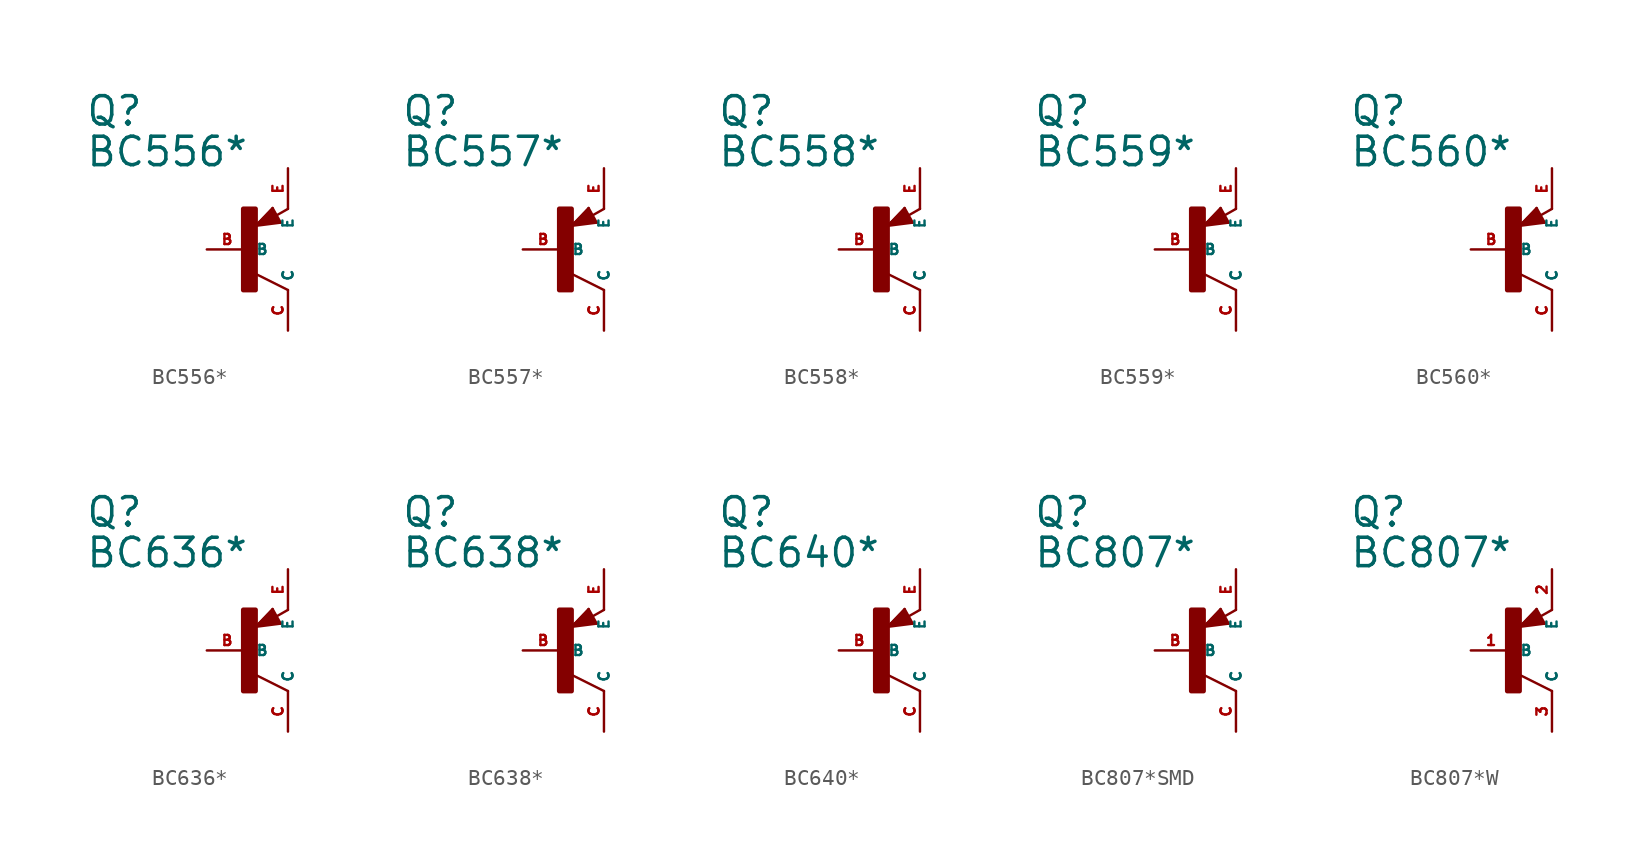
<source format=kicad_sym>
(kicad_symbol_lib
  (version 20220914)
  (generator Eagle2Kicad)
  (symbol "BC556*"
    (property "Reference" "Q"
      (at -10.16 7.62 0)
      (effects (font (size 1.778 1.778) (thickness 0.22)) (justify left bottom)))
    (property "Value" "BC556*"
      (at -10.16 5.08 0)
      (effects (font (size 1.778 1.778) (thickness 0.22)) (justify left bottom)))
    (polyline
      (pts (xy 2.086 1.678) (xy 1.578 2.594))
      (stroke (width 0.152) (type default))
      (fill (type none)))
    (polyline
      (pts (xy 1.578 2.594) (xy 0.516 1.478))
      (stroke (width 0.152) (type default))
      (fill (type none)))
    (polyline
      (pts (xy 0.516 1.478) (xy 2.086 1.678))
      (stroke (width 0.152) (type default))
      (fill (type none)))
    (polyline
      (pts (xy 2.54 2.54) (xy 1.808 2.124))
      (stroke (width 0.152) (type default))
      (fill (type none)))
    (polyline
      (pts (xy 2.54 -2.54) (xy 0.508 -1.524))
      (stroke (width 0.152) (type default))
      (fill (type none)))
    (polyline
      (pts (xy 1.905 1.778) (xy 1.524 2.413))
      (stroke (width 0.254) (type default))
      (fill (type none)))
    (polyline
      (pts (xy 1.524 2.413) (xy 0.762 1.651))
      (stroke (width 0.254) (type default))
      (fill (type none)))
    (polyline
      (pts (xy 0.762 1.651) (xy 1.778 1.778))
      (stroke (width 0.254) (type default))
      (fill (type none)))
    (polyline
      (pts (xy 1.778 1.778) (xy 1.524 2.159))
      (stroke (width 0.254) (type default))
      (fill (type none)))
    (polyline
      (pts (xy 1.524 2.159) (xy 1.143 1.905))
      (stroke (width 0.254) (type default))
      (fill (type none)))
    (polyline
      (pts (xy 1.143 1.905) (xy 1.524 1.905))
      (stroke (width 0.254) (type default))
      (fill (type none)))
    (rectangle
      (start -0.254 -2.54)
      (end 0.508 2.54)
      (stroke (width 0.3) (type default))
      (fill (type outline)))
    (pin passive line
      (at -2.54 0 0)
      (length 2.54)
      (name "B" (effects (font (size 0.635 0.635) (thickness 0.08)) (justify left bottom)))
      (number "B" (effects (font (size 0.635 0.635) (thickness 0.08)) (justify left bottom))))
    (pin passive line
      (at 2.54 5.08 270)
      (length 2.54)
      (name "E" (effects (font (size 0.635 0.635) (thickness 0.08)) (justify left bottom)))
      (number "E" (effects (font (size 0.635 0.635) (thickness 0.08)) (justify left bottom))))
    (pin passive line
      (at 2.54 -5.08 90)
      (length 2.54)
      (name "C" (effects (font (size 0.635 0.635) (thickness 0.08)) (justify left bottom)))
      (number "C" (effects (font (size 0.635 0.635) (thickness 0.08)) (justify left bottom)))))
  (symbol "BC557*"
    (property "Reference" "Q"
      (at -10.16 7.62 0)
      (effects (font (size 1.778 1.778) (thickness 0.22)) (justify left bottom)))
    (property "Value" "BC557*"
      (at -10.16 5.08 0)
      (effects (font (size 1.778 1.778) (thickness 0.22)) (justify left bottom)))
    (polyline
      (pts (xy 2.086 1.678) (xy 1.578 2.594))
      (stroke (width 0.152) (type default))
      (fill (type none)))
    (polyline
      (pts (xy 1.578 2.594) (xy 0.516 1.478))
      (stroke (width 0.152) (type default))
      (fill (type none)))
    (polyline
      (pts (xy 0.516 1.478) (xy 2.086 1.678))
      (stroke (width 0.152) (type default))
      (fill (type none)))
    (polyline
      (pts (xy 2.54 2.54) (xy 1.808 2.124))
      (stroke (width 0.152) (type default))
      (fill (type none)))
    (polyline
      (pts (xy 2.54 -2.54) (xy 0.508 -1.524))
      (stroke (width 0.152) (type default))
      (fill (type none)))
    (polyline
      (pts (xy 1.905 1.778) (xy 1.524 2.413))
      (stroke (width 0.254) (type default))
      (fill (type none)))
    (polyline
      (pts (xy 1.524 2.413) (xy 0.762 1.651))
      (stroke (width 0.254) (type default))
      (fill (type none)))
    (polyline
      (pts (xy 0.762 1.651) (xy 1.778 1.778))
      (stroke (width 0.254) (type default))
      (fill (type none)))
    (polyline
      (pts (xy 1.778 1.778) (xy 1.524 2.159))
      (stroke (width 0.254) (type default))
      (fill (type none)))
    (polyline
      (pts (xy 1.524 2.159) (xy 1.143 1.905))
      (stroke (width 0.254) (type default))
      (fill (type none)))
    (polyline
      (pts (xy 1.143 1.905) (xy 1.524 1.905))
      (stroke (width 0.254) (type default))
      (fill (type none)))
    (rectangle
      (start -0.254 -2.54)
      (end 0.508 2.54)
      (stroke (width 0.3) (type default))
      (fill (type outline)))
    (pin passive line
      (at -2.54 0 0)
      (length 2.54)
      (name "B" (effects (font (size 0.635 0.635) (thickness 0.08)) (justify left bottom)))
      (number "B" (effects (font (size 0.635 0.635) (thickness 0.08)) (justify left bottom))))
    (pin passive line
      (at 2.54 5.08 270)
      (length 2.54)
      (name "E" (effects (font (size 0.635 0.635) (thickness 0.08)) (justify left bottom)))
      (number "E" (effects (font (size 0.635 0.635) (thickness 0.08)) (justify left bottom))))
    (pin passive line
      (at 2.54 -5.08 90)
      (length 2.54)
      (name "C" (effects (font (size 0.635 0.635) (thickness 0.08)) (justify left bottom)))
      (number "C" (effects (font (size 0.635 0.635) (thickness 0.08)) (justify left bottom)))))
  (symbol "BC558*"
    (property "Reference" "Q"
      (at -10.16 7.62 0)
      (effects (font (size 1.778 1.778) (thickness 0.22)) (justify left bottom)))
    (property "Value" "BC558*"
      (at -10.16 5.08 0)
      (effects (font (size 1.778 1.778) (thickness 0.22)) (justify left bottom)))
    (polyline
      (pts (xy 2.086 1.678) (xy 1.578 2.594))
      (stroke (width 0.152) (type default))
      (fill (type none)))
    (polyline
      (pts (xy 1.578 2.594) (xy 0.516 1.478))
      (stroke (width 0.152) (type default))
      (fill (type none)))
    (polyline
      (pts (xy 0.516 1.478) (xy 2.086 1.678))
      (stroke (width 0.152) (type default))
      (fill (type none)))
    (polyline
      (pts (xy 2.54 2.54) (xy 1.808 2.124))
      (stroke (width 0.152) (type default))
      (fill (type none)))
    (polyline
      (pts (xy 2.54 -2.54) (xy 0.508 -1.524))
      (stroke (width 0.152) (type default))
      (fill (type none)))
    (polyline
      (pts (xy 1.905 1.778) (xy 1.524 2.413))
      (stroke (width 0.254) (type default))
      (fill (type none)))
    (polyline
      (pts (xy 1.524 2.413) (xy 0.762 1.651))
      (stroke (width 0.254) (type default))
      (fill (type none)))
    (polyline
      (pts (xy 0.762 1.651) (xy 1.778 1.778))
      (stroke (width 0.254) (type default))
      (fill (type none)))
    (polyline
      (pts (xy 1.778 1.778) (xy 1.524 2.159))
      (stroke (width 0.254) (type default))
      (fill (type none)))
    (polyline
      (pts (xy 1.524 2.159) (xy 1.143 1.905))
      (stroke (width 0.254) (type default))
      (fill (type none)))
    (polyline
      (pts (xy 1.143 1.905) (xy 1.524 1.905))
      (stroke (width 0.254) (type default))
      (fill (type none)))
    (rectangle
      (start -0.254 -2.54)
      (end 0.508 2.54)
      (stroke (width 0.3) (type default))
      (fill (type outline)))
    (pin passive line
      (at -2.54 0 0)
      (length 2.54)
      (name "B" (effects (font (size 0.635 0.635) (thickness 0.08)) (justify left bottom)))
      (number "B" (effects (font (size 0.635 0.635) (thickness 0.08)) (justify left bottom))))
    (pin passive line
      (at 2.54 5.08 270)
      (length 2.54)
      (name "E" (effects (font (size 0.635 0.635) (thickness 0.08)) (justify left bottom)))
      (number "E" (effects (font (size 0.635 0.635) (thickness 0.08)) (justify left bottom))))
    (pin passive line
      (at 2.54 -5.08 90)
      (length 2.54)
      (name "C" (effects (font (size 0.635 0.635) (thickness 0.08)) (justify left bottom)))
      (number "C" (effects (font (size 0.635 0.635) (thickness 0.08)) (justify left bottom)))))
  (symbol "BC559*"
    (property "Reference" "Q"
      (at -10.16 7.62 0)
      (effects (font (size 1.778 1.778) (thickness 0.22)) (justify left bottom)))
    (property "Value" "BC559*"
      (at -10.16 5.08 0)
      (effects (font (size 1.778 1.778) (thickness 0.22)) (justify left bottom)))
    (polyline
      (pts (xy 2.086 1.678) (xy 1.578 2.594))
      (stroke (width 0.152) (type default))
      (fill (type none)))
    (polyline
      (pts (xy 1.578 2.594) (xy 0.516 1.478))
      (stroke (width 0.152) (type default))
      (fill (type none)))
    (polyline
      (pts (xy 0.516 1.478) (xy 2.086 1.678))
      (stroke (width 0.152) (type default))
      (fill (type none)))
    (polyline
      (pts (xy 2.54 2.54) (xy 1.808 2.124))
      (stroke (width 0.152) (type default))
      (fill (type none)))
    (polyline
      (pts (xy 2.54 -2.54) (xy 0.508 -1.524))
      (stroke (width 0.152) (type default))
      (fill (type none)))
    (polyline
      (pts (xy 1.905 1.778) (xy 1.524 2.413))
      (stroke (width 0.254) (type default))
      (fill (type none)))
    (polyline
      (pts (xy 1.524 2.413) (xy 0.762 1.651))
      (stroke (width 0.254) (type default))
      (fill (type none)))
    (polyline
      (pts (xy 0.762 1.651) (xy 1.778 1.778))
      (stroke (width 0.254) (type default))
      (fill (type none)))
    (polyline
      (pts (xy 1.778 1.778) (xy 1.524 2.159))
      (stroke (width 0.254) (type default))
      (fill (type none)))
    (polyline
      (pts (xy 1.524 2.159) (xy 1.143 1.905))
      (stroke (width 0.254) (type default))
      (fill (type none)))
    (polyline
      (pts (xy 1.143 1.905) (xy 1.524 1.905))
      (stroke (width 0.254) (type default))
      (fill (type none)))
    (rectangle
      (start -0.254 -2.54)
      (end 0.508 2.54)
      (stroke (width 0.3) (type default))
      (fill (type outline)))
    (pin passive line
      (at -2.54 0 0)
      (length 2.54)
      (name "B" (effects (font (size 0.635 0.635) (thickness 0.08)) (justify left bottom)))
      (number "B" (effects (font (size 0.635 0.635) (thickness 0.08)) (justify left bottom))))
    (pin passive line
      (at 2.54 5.08 270)
      (length 2.54)
      (name "E" (effects (font (size 0.635 0.635) (thickness 0.08)) (justify left bottom)))
      (number "E" (effects (font (size 0.635 0.635) (thickness 0.08)) (justify left bottom))))
    (pin passive line
      (at 2.54 -5.08 90)
      (length 2.54)
      (name "C" (effects (font (size 0.635 0.635) (thickness 0.08)) (justify left bottom)))
      (number "C" (effects (font (size 0.635 0.635) (thickness 0.08)) (justify left bottom)))))
  (symbol "BC560*"
    (property "Reference" "Q"
      (at -10.16 7.62 0)
      (effects (font (size 1.778 1.778) (thickness 0.22)) (justify left bottom)))
    (property "Value" "BC560*"
      (at -10.16 5.08 0)
      (effects (font (size 1.778 1.778) (thickness 0.22)) (justify left bottom)))
    (polyline
      (pts (xy 2.086 1.678) (xy 1.578 2.594))
      (stroke (width 0.152) (type default))
      (fill (type none)))
    (polyline
      (pts (xy 1.578 2.594) (xy 0.516 1.478))
      (stroke (width 0.152) (type default))
      (fill (type none)))
    (polyline
      (pts (xy 0.516 1.478) (xy 2.086 1.678))
      (stroke (width 0.152) (type default))
      (fill (type none)))
    (polyline
      (pts (xy 2.54 2.54) (xy 1.808 2.124))
      (stroke (width 0.152) (type default))
      (fill (type none)))
    (polyline
      (pts (xy 2.54 -2.54) (xy 0.508 -1.524))
      (stroke (width 0.152) (type default))
      (fill (type none)))
    (polyline
      (pts (xy 1.905 1.778) (xy 1.524 2.413))
      (stroke (width 0.254) (type default))
      (fill (type none)))
    (polyline
      (pts (xy 1.524 2.413) (xy 0.762 1.651))
      (stroke (width 0.254) (type default))
      (fill (type none)))
    (polyline
      (pts (xy 0.762 1.651) (xy 1.778 1.778))
      (stroke (width 0.254) (type default))
      (fill (type none)))
    (polyline
      (pts (xy 1.778 1.778) (xy 1.524 2.159))
      (stroke (width 0.254) (type default))
      (fill (type none)))
    (polyline
      (pts (xy 1.524 2.159) (xy 1.143 1.905))
      (stroke (width 0.254) (type default))
      (fill (type none)))
    (polyline
      (pts (xy 1.143 1.905) (xy 1.524 1.905))
      (stroke (width 0.254) (type default))
      (fill (type none)))
    (rectangle
      (start -0.254 -2.54)
      (end 0.508 2.54)
      (stroke (width 0.3) (type default))
      (fill (type outline)))
    (pin passive line
      (at -2.54 0 0)
      (length 2.54)
      (name "B" (effects (font (size 0.635 0.635) (thickness 0.08)) (justify left bottom)))
      (number "B" (effects (font (size 0.635 0.635) (thickness 0.08)) (justify left bottom))))
    (pin passive line
      (at 2.54 5.08 270)
      (length 2.54)
      (name "E" (effects (font (size 0.635 0.635) (thickness 0.08)) (justify left bottom)))
      (number "E" (effects (font (size 0.635 0.635) (thickness 0.08)) (justify left bottom))))
    (pin passive line
      (at 2.54 -5.08 90)
      (length 2.54)
      (name "C" (effects (font (size 0.635 0.635) (thickness 0.08)) (justify left bottom)))
      (number "C" (effects (font (size 0.635 0.635) (thickness 0.08)) (justify left bottom)))))
  (symbol "BC636*"
    (property "Reference" "Q"
      (at -10.16 7.62 0)
      (effects (font (size 1.778 1.778) (thickness 0.22)) (justify left bottom)))
    (property "Value" "BC636*"
      (at -10.16 5.08 0)
      (effects (font (size 1.778 1.778) (thickness 0.22)) (justify left bottom)))
    (polyline
      (pts (xy 2.086 1.678) (xy 1.578 2.594))
      (stroke (width 0.152) (type default))
      (fill (type none)))
    (polyline
      (pts (xy 1.578 2.594) (xy 0.516 1.478))
      (stroke (width 0.152) (type default))
      (fill (type none)))
    (polyline
      (pts (xy 0.516 1.478) (xy 2.086 1.678))
      (stroke (width 0.152) (type default))
      (fill (type none)))
    (polyline
      (pts (xy 2.54 2.54) (xy 1.808 2.124))
      (stroke (width 0.152) (type default))
      (fill (type none)))
    (polyline
      (pts (xy 2.54 -2.54) (xy 0.508 -1.524))
      (stroke (width 0.152) (type default))
      (fill (type none)))
    (polyline
      (pts (xy 1.905 1.778) (xy 1.524 2.413))
      (stroke (width 0.254) (type default))
      (fill (type none)))
    (polyline
      (pts (xy 1.524 2.413) (xy 0.762 1.651))
      (stroke (width 0.254) (type default))
      (fill (type none)))
    (polyline
      (pts (xy 0.762 1.651) (xy 1.778 1.778))
      (stroke (width 0.254) (type default))
      (fill (type none)))
    (polyline
      (pts (xy 1.778 1.778) (xy 1.524 2.159))
      (stroke (width 0.254) (type default))
      (fill (type none)))
    (polyline
      (pts (xy 1.524 2.159) (xy 1.143 1.905))
      (stroke (width 0.254) (type default))
      (fill (type none)))
    (polyline
      (pts (xy 1.143 1.905) (xy 1.524 1.905))
      (stroke (width 0.254) (type default))
      (fill (type none)))
    (rectangle
      (start -0.254 -2.54)
      (end 0.508 2.54)
      (stroke (width 0.3) (type default))
      (fill (type outline)))
    (pin passive line
      (at -2.54 0 0)
      (length 2.54)
      (name "B" (effects (font (size 0.635 0.635) (thickness 0.08)) (justify left bottom)))
      (number "B" (effects (font (size 0.635 0.635) (thickness 0.08)) (justify left bottom))))
    (pin passive line
      (at 2.54 5.08 270)
      (length 2.54)
      (name "E" (effects (font (size 0.635 0.635) (thickness 0.08)) (justify left bottom)))
      (number "E" (effects (font (size 0.635 0.635) (thickness 0.08)) (justify left bottom))))
    (pin passive line
      (at 2.54 -5.08 90)
      (length 2.54)
      (name "C" (effects (font (size 0.635 0.635) (thickness 0.08)) (justify left bottom)))
      (number "C" (effects (font (size 0.635 0.635) (thickness 0.08)) (justify left bottom)))))
  (symbol "BC638*"
    (property "Reference" "Q"
      (at -10.16 7.62 0)
      (effects (font (size 1.778 1.778) (thickness 0.22)) (justify left bottom)))
    (property "Value" "BC638*"
      (at -10.16 5.08 0)
      (effects (font (size 1.778 1.778) (thickness 0.22)) (justify left bottom)))
    (polyline
      (pts (xy 2.086 1.678) (xy 1.578 2.594))
      (stroke (width 0.152) (type default))
      (fill (type none)))
    (polyline
      (pts (xy 1.578 2.594) (xy 0.516 1.478))
      (stroke (width 0.152) (type default))
      (fill (type none)))
    (polyline
      (pts (xy 0.516 1.478) (xy 2.086 1.678))
      (stroke (width 0.152) (type default))
      (fill (type none)))
    (polyline
      (pts (xy 2.54 2.54) (xy 1.808 2.124))
      (stroke (width 0.152) (type default))
      (fill (type none)))
    (polyline
      (pts (xy 2.54 -2.54) (xy 0.508 -1.524))
      (stroke (width 0.152) (type default))
      (fill (type none)))
    (polyline
      (pts (xy 1.905 1.778) (xy 1.524 2.413))
      (stroke (width 0.254) (type default))
      (fill (type none)))
    (polyline
      (pts (xy 1.524 2.413) (xy 0.762 1.651))
      (stroke (width 0.254) (type default))
      (fill (type none)))
    (polyline
      (pts (xy 0.762 1.651) (xy 1.778 1.778))
      (stroke (width 0.254) (type default))
      (fill (type none)))
    (polyline
      (pts (xy 1.778 1.778) (xy 1.524 2.159))
      (stroke (width 0.254) (type default))
      (fill (type none)))
    (polyline
      (pts (xy 1.524 2.159) (xy 1.143 1.905))
      (stroke (width 0.254) (type default))
      (fill (type none)))
    (polyline
      (pts (xy 1.143 1.905) (xy 1.524 1.905))
      (stroke (width 0.254) (type default))
      (fill (type none)))
    (rectangle
      (start -0.254 -2.54)
      (end 0.508 2.54)
      (stroke (width 0.3) (type default))
      (fill (type outline)))
    (pin passive line
      (at -2.54 0 0)
      (length 2.54)
      (name "B" (effects (font (size 0.635 0.635) (thickness 0.08)) (justify left bottom)))
      (number "B" (effects (font (size 0.635 0.635) (thickness 0.08)) (justify left bottom))))
    (pin passive line
      (at 2.54 5.08 270)
      (length 2.54)
      (name "E" (effects (font (size 0.635 0.635) (thickness 0.08)) (justify left bottom)))
      (number "E" (effects (font (size 0.635 0.635) (thickness 0.08)) (justify left bottom))))
    (pin passive line
      (at 2.54 -5.08 90)
      (length 2.54)
      (name "C" (effects (font (size 0.635 0.635) (thickness 0.08)) (justify left bottom)))
      (number "C" (effects (font (size 0.635 0.635) (thickness 0.08)) (justify left bottom)))))
  (symbol "BC640*"
    (property "Reference" "Q"
      (at -10.16 7.62 0)
      (effects (font (size 1.778 1.778) (thickness 0.22)) (justify left bottom)))
    (property "Value" "BC640*"
      (at -10.16 5.08 0)
      (effects (font (size 1.778 1.778) (thickness 0.22)) (justify left bottom)))
    (polyline
      (pts (xy 2.086 1.678) (xy 1.578 2.594))
      (stroke (width 0.152) (type default))
      (fill (type none)))
    (polyline
      (pts (xy 1.578 2.594) (xy 0.516 1.478))
      (stroke (width 0.152) (type default))
      (fill (type none)))
    (polyline
      (pts (xy 0.516 1.478) (xy 2.086 1.678))
      (stroke (width 0.152) (type default))
      (fill (type none)))
    (polyline
      (pts (xy 2.54 2.54) (xy 1.808 2.124))
      (stroke (width 0.152) (type default))
      (fill (type none)))
    (polyline
      (pts (xy 2.54 -2.54) (xy 0.508 -1.524))
      (stroke (width 0.152) (type default))
      (fill (type none)))
    (polyline
      (pts (xy 1.905 1.778) (xy 1.524 2.413))
      (stroke (width 0.254) (type default))
      (fill (type none)))
    (polyline
      (pts (xy 1.524 2.413) (xy 0.762 1.651))
      (stroke (width 0.254) (type default))
      (fill (type none)))
    (polyline
      (pts (xy 0.762 1.651) (xy 1.778 1.778))
      (stroke (width 0.254) (type default))
      (fill (type none)))
    (polyline
      (pts (xy 1.778 1.778) (xy 1.524 2.159))
      (stroke (width 0.254) (type default))
      (fill (type none)))
    (polyline
      (pts (xy 1.524 2.159) (xy 1.143 1.905))
      (stroke (width 0.254) (type default))
      (fill (type none)))
    (polyline
      (pts (xy 1.143 1.905) (xy 1.524 1.905))
      (stroke (width 0.254) (type default))
      (fill (type none)))
    (rectangle
      (start -0.254 -2.54)
      (end 0.508 2.54)
      (stroke (width 0.3) (type default))
      (fill (type outline)))
    (pin passive line
      (at -2.54 0 0)
      (length 2.54)
      (name "B" (effects (font (size 0.635 0.635) (thickness 0.08)) (justify left bottom)))
      (number "B" (effects (font (size 0.635 0.635) (thickness 0.08)) (justify left bottom))))
    (pin passive line
      (at 2.54 5.08 270)
      (length 2.54)
      (name "E" (effects (font (size 0.635 0.635) (thickness 0.08)) (justify left bottom)))
      (number "E" (effects (font (size 0.635 0.635) (thickness 0.08)) (justify left bottom))))
    (pin passive line
      (at 2.54 -5.08 90)
      (length 2.54)
      (name "C" (effects (font (size 0.635 0.635) (thickness 0.08)) (justify left bottom)))
      (number "C" (effects (font (size 0.635 0.635) (thickness 0.08)) (justify left bottom)))))
  (symbol "BC807*SMD"
    (property "Reference" "Q"
      (at -10.16 7.62 0)
      (effects (font (size 1.778 1.778) (thickness 0.22)) (justify left bottom)))
    (property "Value" "BC807*"
      (at -10.16 5.08 0)
      (effects (font (size 1.778 1.778) (thickness 0.22)) (justify left bottom)))
    (polyline
      (pts (xy 2.086 1.678) (xy 1.578 2.594))
      (stroke (width 0.152) (type default))
      (fill (type none)))
    (polyline
      (pts (xy 1.578 2.594) (xy 0.516 1.478))
      (stroke (width 0.152) (type default))
      (fill (type none)))
    (polyline
      (pts (xy 0.516 1.478) (xy 2.086 1.678))
      (stroke (width 0.152) (type default))
      (fill (type none)))
    (polyline
      (pts (xy 2.54 2.54) (xy 1.808 2.124))
      (stroke (width 0.152) (type default))
      (fill (type none)))
    (polyline
      (pts (xy 2.54 -2.54) (xy 0.508 -1.524))
      (stroke (width 0.152) (type default))
      (fill (type none)))
    (polyline
      (pts (xy 1.905 1.778) (xy 1.524 2.413))
      (stroke (width 0.254) (type default))
      (fill (type none)))
    (polyline
      (pts (xy 1.524 2.413) (xy 0.762 1.651))
      (stroke (width 0.254) (type default))
      (fill (type none)))
    (polyline
      (pts (xy 0.762 1.651) (xy 1.778 1.778))
      (stroke (width 0.254) (type default))
      (fill (type none)))
    (polyline
      (pts (xy 1.778 1.778) (xy 1.524 2.159))
      (stroke (width 0.254) (type default))
      (fill (type none)))
    (polyline
      (pts (xy 1.524 2.159) (xy 1.143 1.905))
      (stroke (width 0.254) (type default))
      (fill (type none)))
    (polyline
      (pts (xy 1.143 1.905) (xy 1.524 1.905))
      (stroke (width 0.254) (type default))
      (fill (type none)))
    (rectangle
      (start -0.254 -2.54)
      (end 0.508 2.54)
      (stroke (width 0.3) (type default))
      (fill (type outline)))
    (pin passive line
      (at -2.54 0 0)
      (length 2.54)
      (name "B" (effects (font (size 0.635 0.635) (thickness 0.08)) (justify left bottom)))
      (number "B" (effects (font (size 0.635 0.635) (thickness 0.08)) (justify left bottom))))
    (pin passive line
      (at 2.54 5.08 270)
      (length 2.54)
      (name "E" (effects (font (size 0.635 0.635) (thickness 0.08)) (justify left bottom)))
      (number "E" (effects (font (size 0.635 0.635) (thickness 0.08)) (justify left bottom))))
    (pin passive line
      (at 2.54 -5.08 90)
      (length 2.54)
      (name "C" (effects (font (size 0.635 0.635) (thickness 0.08)) (justify left bottom)))
      (number "C" (effects (font (size 0.635 0.635) (thickness 0.08)) (justify left bottom)))))
  (symbol "BC807*W"
    (property "Reference" "Q"
      (at -10.16 7.62 0)
      (effects (font (size 1.778 1.778) (thickness 0.22)) (justify left bottom)))
    (property "Value" "BC807*"
      (at -10.16 5.08 0)
      (effects (font (size 1.778 1.778) (thickness 0.22)) (justify left bottom)))
    (polyline
      (pts (xy 2.086 1.678) (xy 1.578 2.594))
      (stroke (width 0.152) (type default))
      (fill (type none)))
    (polyline
      (pts (xy 1.578 2.594) (xy 0.516 1.478))
      (stroke (width 0.152) (type default))
      (fill (type none)))
    (polyline
      (pts (xy 0.516 1.478) (xy 2.086 1.678))
      (stroke (width 0.152) (type default))
      (fill (type none)))
    (polyline
      (pts (xy 2.54 2.54) (xy 1.808 2.124))
      (stroke (width 0.152) (type default))
      (fill (type none)))
    (polyline
      (pts (xy 2.54 -2.54) (xy 0.508 -1.524))
      (stroke (width 0.152) (type default))
      (fill (type none)))
    (polyline
      (pts (xy 1.905 1.778) (xy 1.524 2.413))
      (stroke (width 0.254) (type default))
      (fill (type none)))
    (polyline
      (pts (xy 1.524 2.413) (xy 0.762 1.651))
      (stroke (width 0.254) (type default))
      (fill (type none)))
    (polyline
      (pts (xy 0.762 1.651) (xy 1.778 1.778))
      (stroke (width 0.254) (type default))
      (fill (type none)))
    (polyline
      (pts (xy 1.778 1.778) (xy 1.524 2.159))
      (stroke (width 0.254) (type default))
      (fill (type none)))
    (polyline
      (pts (xy 1.524 2.159) (xy 1.143 1.905))
      (stroke (width 0.254) (type default))
      (fill (type none)))
    (polyline
      (pts (xy 1.143 1.905) (xy 1.524 1.905))
      (stroke (width 0.254) (type default))
      (fill (type none)))
    (rectangle
      (start -0.254 -2.54)
      (end 0.508 2.54)
      (stroke (width 0.3) (type default))
      (fill (type outline)))
    (pin passive line
      (at -2.54 0 0)
      (length 2.54)
      (name "B" (effects (font (size 0.635 0.635) (thickness 0.08)) (justify left bottom)))
      (number "1" (effects (font (size 0.635 0.635) (thickness 0.08)) (justify left bottom))))
    (pin passive line
      (at 2.54 5.08 270)
      (length 2.54)
      (name "E" (effects (font (size 0.635 0.635) (thickness 0.08)) (justify left bottom)))
      (number "2" (effects (font (size 0.635 0.635) (thickness 0.08)) (justify left bottom))))
    (pin passive line
      (at 2.54 -5.08 90)
      (length 2.54)
      (name "C" (effects (font (size 0.635 0.635) (thickness 0.08)) (justify left bottom)))
      (number "3" (effects (font (size 0.635 0.635) (thickness 0.08)) (justify left bottom))))))
</source>
